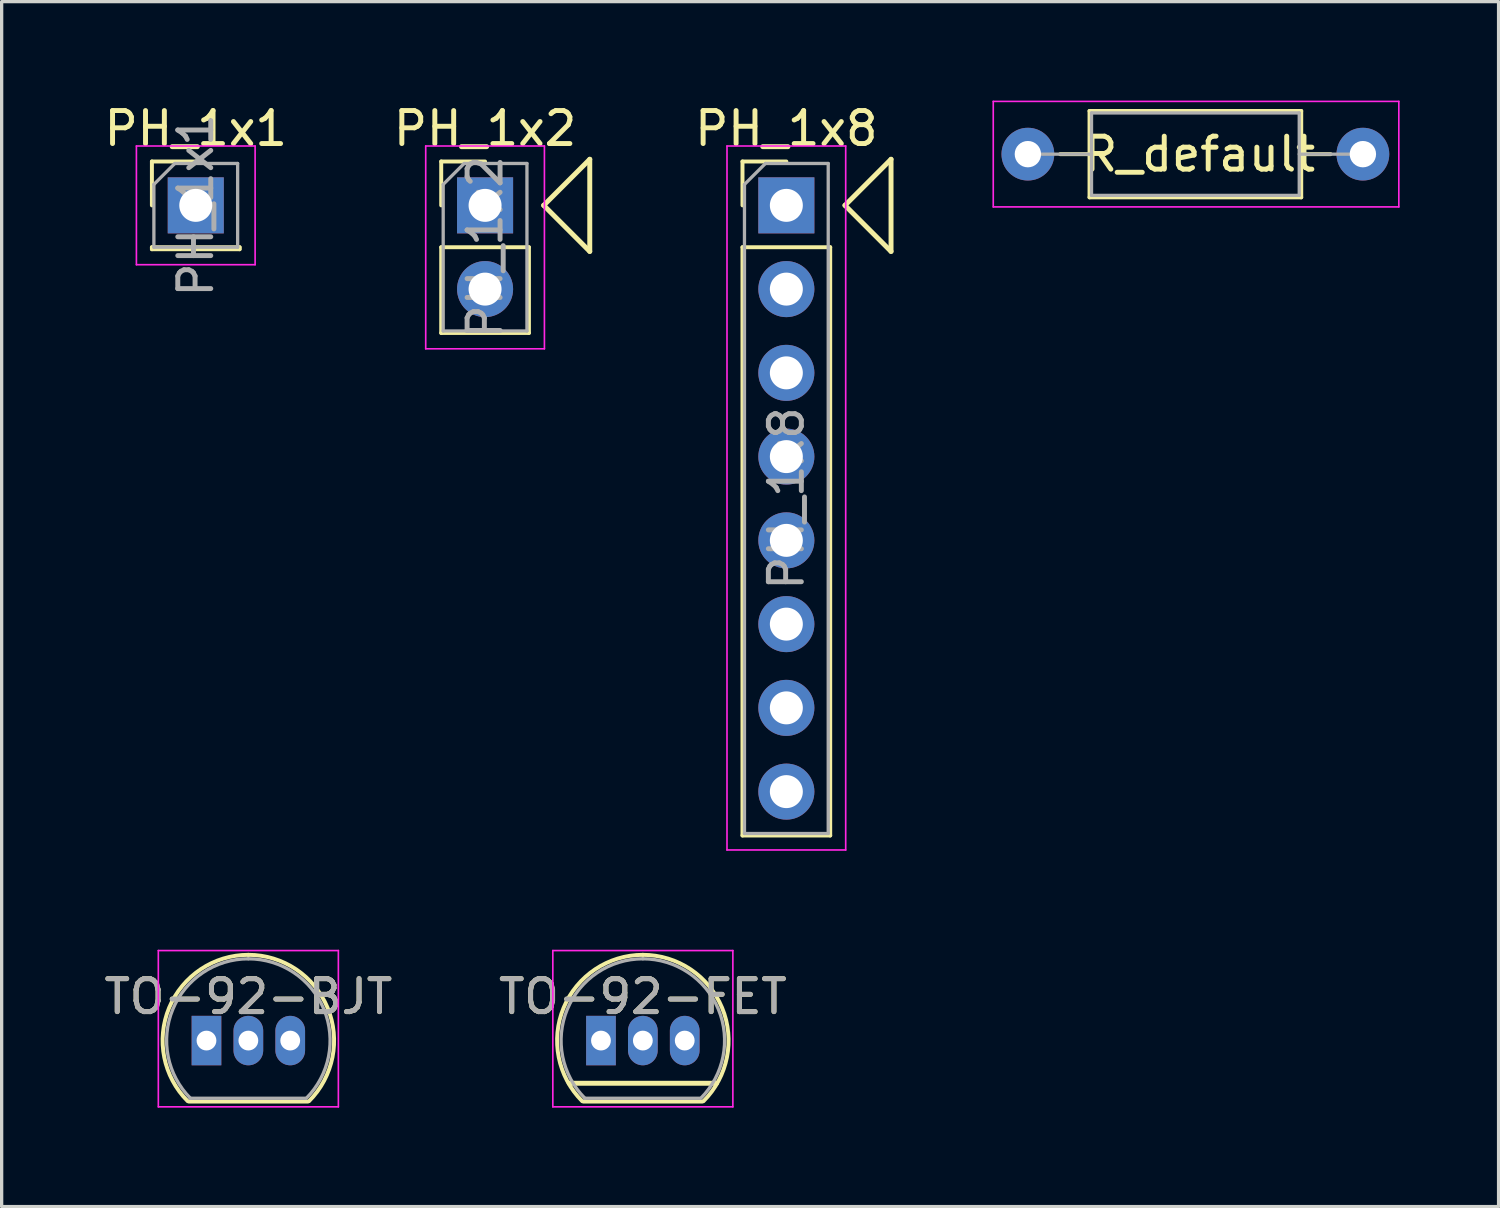
<source format=kicad_pcb>
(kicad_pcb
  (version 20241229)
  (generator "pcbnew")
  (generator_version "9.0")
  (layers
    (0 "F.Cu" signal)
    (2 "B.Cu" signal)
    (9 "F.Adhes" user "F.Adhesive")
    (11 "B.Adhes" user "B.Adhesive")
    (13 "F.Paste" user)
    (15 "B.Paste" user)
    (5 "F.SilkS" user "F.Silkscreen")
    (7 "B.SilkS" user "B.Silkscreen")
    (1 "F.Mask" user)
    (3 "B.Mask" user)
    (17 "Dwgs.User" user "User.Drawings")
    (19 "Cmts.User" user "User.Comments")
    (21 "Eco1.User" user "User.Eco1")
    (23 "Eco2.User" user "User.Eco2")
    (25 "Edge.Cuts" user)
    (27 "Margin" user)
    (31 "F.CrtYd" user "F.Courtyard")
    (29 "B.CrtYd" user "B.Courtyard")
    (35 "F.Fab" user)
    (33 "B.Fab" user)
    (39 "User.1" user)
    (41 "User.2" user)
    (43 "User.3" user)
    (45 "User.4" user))
  (footprint "PH_1x8"
    (layer "F.Cu")
    (at 20.798 3.178)
    (property "Reference" "PH_1x8" (at 0 -2.33 0) (layer "F.SilkS") (effects (font (size 1 1) (thickness 0.15))))
    (attr through_hole)
    (fp_line (start -1.33 -1.33) (end 0 -1.33) (stroke (width 0.12) (type solid)) (layer "F.SilkS"))
    (fp_line (start -1.33 0) (end -1.33 -1.33) (stroke (width 0.12) (type solid)) (layer "F.SilkS"))
    (fp_line (start -1.33 1.27) (end -1.33 19.11) (stroke (width 0.12) (type solid)) (layer "F.SilkS"))
    (fp_line (start -1.33 1.27) (end 1.33 1.27) (stroke (width 0.12) (type solid)) (layer "F.SilkS"))
    (fp_line (start -1.33 19.11) (end 1.33 19.11) (stroke (width 0.12) (type solid)) (layer "F.SilkS"))
    (fp_line (start 1.33 1.27) (end 1.33 19.11) (stroke (width 0.12) (type solid)) (layer "F.SilkS"))
    (fp_line (start 1.778 0) (end 3.175 -1.397) (stroke (width 0.15) (type solid)) (layer "F.SilkS"))
    (fp_line (start 1.778 0) (end 3.175 1.397) (stroke (width 0.15) (type solid)) (layer "F.SilkS"))
    (fp_line (start 3.175 1.397) (end 3.175 -1.397) (stroke (width 0.15) (type solid)) (layer "F.SilkS"))
    (fp_line (start -1.8 -1.8) (end -1.8 19.55) (stroke (width 0.05) (type solid)) (layer "F.CrtYd"))
    (fp_line (start -1.8 19.55) (end 1.8 19.55) (stroke (width 0.05) (type solid)) (layer "F.CrtYd"))
    (fp_line (start 1.8 -1.8) (end -1.8 -1.8) (stroke (width 0.05) (type solid)) (layer "F.CrtYd"))
    (fp_line (start 1.8 19.55) (end 1.8 -1.8) (stroke (width 0.05) (type solid)) (layer "F.CrtYd"))
    (fp_line (start -1.27 -0.635) (end -0.635 -1.27) (stroke (width 0.1) (type solid)) (layer "F.Fab"))
    (fp_line (start -1.27 19.05) (end -1.27 -0.635) (stroke (width 0.1) (type solid)) (layer "F.Fab"))
    (fp_line (start -0.635 -1.27) (end 1.27 -1.27) (stroke (width 0.1) (type solid)) (layer "F.Fab"))
    (fp_line (start 1.27 -1.27) (end 1.27 19.05) (stroke (width 0.1) (type solid)) (layer "F.Fab"))
    (fp_line (start 1.27 19.05) (end -1.27 19.05) (stroke (width 0.1) (type solid)) (layer "F.Fab"))
    (fp_text user "${REFERENCE}" (at 0 8.89 90) (layer "F.Fab") (effects (font (size 1 1) (thickness 0.15))))
    (pad "1" thru_hole rect (at 0 0) (size 1.7 1.7) (drill 1) (layers "*.Cu" "*.Mask"))
    (pad "2" thru_hole oval (at 0 2.54) (size 1.7 1.7) (drill 1) (layers "*.Cu" "*.Mask"))
    (pad "3" thru_hole oval (at 0 5.08) (size 1.7 1.7) (drill 1) (layers "*.Cu" "*.Mask"))
    (pad "4" thru_hole oval (at 0 7.62) (size 1.7 1.7) (drill 1) (layers "*.Cu" "*.Mask"))
    (pad "5" thru_hole oval (at 0 10.16) (size 1.7 1.7) (drill 1) (layers "*.Cu" "*.Mask"))
    (pad "6" thru_hole oval (at 0 12.7) (size 1.7 1.7) (drill 1) (layers "*.Cu" "*.Mask"))
    (pad "7" thru_hole oval (at 0 15.24) (size 1.7 1.7) (drill 1) (layers "*.Cu" "*.Mask"))
    (pad "8" thru_hole oval (at 0 17.78) (size 1.7 1.7) (drill 1) (layers "*.Cu" "*.Mask")))
  (footprint "TO-92-FET"
    (layer "F.Cu")
    (at 15.176 28.508)
    (property "Reference" "TO-92-FET" (at 1.27 -1.333 0) (layer "F.SilkS") (effects (font (size 1 1) (thickness 0.15))))
    (attr through_hole)
    (fp_line (start -0.965 1.295) (end 3.505 1.295) (stroke (width 0.15) (type solid)) (layer "F.SilkS"))
    (fp_line (start -0.53 1.85) (end 3.07 1.85) (stroke (width 0.12) (type solid)) (layer "F.SilkS"))
    (fp_arc (start -0.568478 1.838478) (mid -1.132087 -0.994977) (end 1.27 -2.6) (stroke (width 0.12) (type solid)) (layer "F.SilkS"))
    (fp_arc (start 1.27 -2.6) (mid 3.672087 -0.994977) (end 3.108478 1.838478) (stroke (width 0.12) (type solid)) (layer "F.SilkS"))
    (fp_line (start -1.46 -2.73) (end -1.46 2.01) (stroke (width 0.05) (type solid)) (layer "F.CrtYd"))
    (fp_line (start -1.46 -2.73) (end 4 -2.73) (stroke (width 0.05) (type solid)) (layer "F.CrtYd"))
    (fp_line (start 4 2.01) (end -1.46 2.01) (stroke (width 0.05) (type solid)) (layer "F.CrtYd"))
    (fp_line (start 4 2.01) (end 4 -2.73) (stroke (width 0.05) (type solid)) (layer "F.CrtYd"))
    (fp_line (start -0.5 1.75) (end 3 1.75) (stroke (width 0.1) (type solid)) (layer "F.Fab"))
    (fp_arc (start -0.483625 1.753625) (mid -1.021221 -0.949055) (end 1.27 -2.48) (stroke (width 0.1) (type solid)) (layer "F.Fab"))
    (fp_arc (start 1.27 -2.48) (mid 3.561221 -0.949055) (end 3.023625 1.753625) (stroke (width 0.1) (type solid)) (layer "F.Fab"))
    (fp_text user "${REFERENCE}" (at 1.27 -1.333 0) (layer "F.Fab") (effects (font (size 1 1) (thickness 0.15))))
    (pad "1" thru_hole rect (at 0 0 180) (size 0.9 1.5) (drill 0.6) (layers "*.Cu" "*.Mask"))
    (pad "2" thru_hole oval (at 1.27 0 180) (size 0.9 1.5) (drill 0.6) (layers "*.Cu" "*.Mask"))
    (pad "3" thru_hole oval (at 2.54 0 180) (size 0.9 1.5) (drill 0.6) (layers "*.Cu" "*.Mask")))
  (footprint "R_default"
    (layer "F.Cu")
    (at 28.123 1.625)
    (property "Reference" "R_default" (at 5.207 0 0) (layer "F.SilkS") (effects (font (size 1 1) (thickness 0.15))))
    (attr through_hole)
    (fp_line (start 0.98 0) (end 1.87 0) (stroke (width 0.12) (type solid)) (layer "F.SilkS"))
    (fp_line (start 1.87 -1.31) (end 1.87 1.31) (stroke (width 0.12) (type solid)) (layer "F.SilkS"))
    (fp_line (start 1.87 1.31) (end 8.29 1.31) (stroke (width 0.12) (type solid)) (layer "F.SilkS"))
    (fp_line (start 8.29 -1.31) (end 1.87 -1.31) (stroke (width 0.12) (type solid)) (layer "F.SilkS"))
    (fp_line (start 8.29 1.31) (end 8.29 -1.31) (stroke (width 0.12) (type solid)) (layer "F.SilkS"))
    (fp_line (start 9.18 0) (end 8.29 0) (stroke (width 0.12) (type solid)) (layer "F.SilkS"))
    (fp_line (start -1.05 -1.6) (end -1.05 1.6) (stroke (width 0.05) (type solid)) (layer "F.CrtYd"))
    (fp_line (start -1.05 1.6) (end 11.25 1.6) (stroke (width 0.05) (type solid)) (layer "F.CrtYd"))
    (fp_line (start 11.25 -1.6) (end -1.05 -1.6) (stroke (width 0.05) (type solid)) (layer "F.CrtYd"))
    (fp_line (start 11.25 1.6) (end 11.25 -1.6) (stroke (width 0.05) (type solid)) (layer "F.CrtYd"))
    (fp_line (start 0 0) (end 1.93 0) (stroke (width 0.1) (type solid)) (layer "F.Fab"))
    (fp_line (start 1.93 -1.25) (end 1.93 1.25) (stroke (width 0.1) (type solid)) (layer "F.Fab"))
    (fp_line (start 1.93 1.25) (end 8.23 1.25) (stroke (width 0.1) (type solid)) (layer "F.Fab"))
    (fp_line (start 8.23 -1.25) (end 1.93 -1.25) (stroke (width 0.1) (type solid)) (layer "F.Fab"))
    (fp_line (start 8.23 1.25) (end 8.23 -1.25) (stroke (width 0.1) (type solid)) (layer "F.Fab"))
    (fp_line (start 10.16 0) (end 8.23 0) (stroke (width 0.1) (type solid)) (layer "F.Fab"))
    (pad "1" thru_hole circle (at 0 0) (size 1.6 1.6) (drill 0.8) (layers "*.Cu" "*.Mask"))
    (pad "2" thru_hole oval (at 10.16 0) (size 1.6 1.6) (drill 0.8) (layers "*.Cu" "*.Mask")))
  (footprint "PH_1x2"
    (layer "F.Cu")
    (at 11.661 3.178)
    (property "Reference" "PH_1x2" (at 0 -2.33 0) (layer "F.SilkS") (effects (font (size 1 1) (thickness 0.15))))
    (attr through_hole)
    (fp_line (start -1.33 -1.33) (end 0 -1.33) (stroke (width 0.12) (type solid)) (layer "F.SilkS"))
    (fp_line (start -1.33 0) (end -1.33 -1.33) (stroke (width 0.12) (type solid)) (layer "F.SilkS"))
    (fp_line (start -1.33 1.27) (end -1.33 3.87) (stroke (width 0.12) (type solid)) (layer "F.SilkS"))
    (fp_line (start -1.33 1.27) (end 1.33 1.27) (stroke (width 0.12) (type solid)) (layer "F.SilkS"))
    (fp_line (start -1.33 3.87) (end 1.33 3.87) (stroke (width 0.12) (type solid)) (layer "F.SilkS"))
    (fp_line (start 1.33 1.27) (end 1.33 3.87) (stroke (width 0.12) (type solid)) (layer "F.SilkS"))
    (fp_line (start 1.778 0) (end 3.175 -1.397) (stroke (width 0.15) (type solid)) (layer "F.SilkS"))
    (fp_line (start 3.175 -1.397) (end 3.175 1.397) (stroke (width 0.15) (type solid)) (layer "F.SilkS"))
    (fp_line (start 3.175 1.397) (end 1.778 0) (stroke (width 0.15) (type solid)) (layer "F.SilkS"))
    (fp_line (start -1.8 -1.8) (end -1.8 4.35) (stroke (width 0.05) (type solid)) (layer "F.CrtYd"))
    (fp_line (start -1.8 4.35) (end 1.8 4.35) (stroke (width 0.05) (type solid)) (layer "F.CrtYd"))
    (fp_line (start 1.8 -1.8) (end -1.8 -1.8) (stroke (width 0.05) (type solid)) (layer "F.CrtYd"))
    (fp_line (start 1.8 4.35) (end 1.8 -1.8) (stroke (width 0.05) (type solid)) (layer "F.CrtYd"))
    (fp_line (start -1.27 -0.635) (end -0.635 -1.27) (stroke (width 0.1) (type solid)) (layer "F.Fab"))
    (fp_line (start -1.27 3.81) (end -1.27 -0.635) (stroke (width 0.1) (type solid)) (layer "F.Fab"))
    (fp_line (start -0.635 -1.27) (end 1.27 -1.27) (stroke (width 0.1) (type solid)) (layer "F.Fab"))
    (fp_line (start 1.27 -1.27) (end 1.27 3.81) (stroke (width 0.1) (type solid)) (layer "F.Fab"))
    (fp_line (start 1.27 3.81) (end -1.27 3.81) (stroke (width 0.1) (type solid)) (layer "F.Fab"))
    (fp_text user "${REFERENCE}" (at 0 1.27 90) (layer "F.Fab") (effects (font (size 1 1) (thickness 0.15))))
    (pad "1" thru_hole rect (at 0 0) (size 1.7 1.7) (drill 1) (layers "*.Cu" "*.Mask"))
    (pad "2" thru_hole oval (at 0 2.54) (size 1.7 1.7) (drill 1) (layers "*.Cu" "*.Mask")))
  (footprint "PH_1x1"
    (layer "F.Cu")
    (at 2.887 3.178)
    (property "Reference" "PH_1x1" (at 0 -2.33 0) (layer "F.SilkS") (effects (font (size 1 1) (thickness 0.15))))
    (attr through_hole)
    (fp_line (start -1.33 -1.33) (end 0 -1.33) (stroke (width 0.12) (type solid)) (layer "F.SilkS"))
    (fp_line (start -1.33 0) (end -1.33 -1.33) (stroke (width 0.12) (type solid)) (layer "F.SilkS"))
    (fp_line (start -1.33 1.27) (end -1.33 1.33) (stroke (width 0.12) (type solid)) (layer "F.SilkS"))
    (fp_line (start -1.33 1.27) (end 1.33 1.27) (stroke (width 0.12) (type solid)) (layer "F.SilkS"))
    (fp_line (start -1.33 1.33) (end 1.33 1.33) (stroke (width 0.12) (type solid)) (layer "F.SilkS"))
    (fp_line (start 1.33 1.27) (end 1.33 1.33) (stroke (width 0.12) (type solid)) (layer "F.SilkS"))
    (fp_line (start -1.8 -1.8) (end -1.8 1.8) (stroke (width 0.05) (type solid)) (layer "F.CrtYd"))
    (fp_line (start -1.8 1.8) (end 1.8 1.8) (stroke (width 0.05) (type solid)) (layer "F.CrtYd"))
    (fp_line (start 1.8 -1.8) (end -1.8 -1.8) (stroke (width 0.05) (type solid)) (layer "F.CrtYd"))
    (fp_line (start 1.8 1.8) (end 1.8 -1.8) (stroke (width 0.05) (type solid)) (layer "F.CrtYd"))
    (fp_line (start -1.27 -0.635) (end -0.635 -1.27) (stroke (width 0.1) (type solid)) (layer "F.Fab"))
    (fp_line (start -1.27 1.27) (end -1.27 -0.635) (stroke (width 0.1) (type solid)) (layer "F.Fab"))
    (fp_line (start -0.635 -1.27) (end 1.27 -1.27) (stroke (width 0.1) (type solid)) (layer "F.Fab"))
    (fp_line (start 1.27 -1.27) (end 1.27 1.27) (stroke (width 0.1) (type solid)) (layer "F.Fab"))
    (fp_line (start 1.27 1.27) (end -1.27 1.27) (stroke (width 0.1) (type solid)) (layer "F.Fab"))
    (fp_text user "${REFERENCE}" (at 0 0 90) (layer "F.Fab") (effects (font (size 1 1) (thickness 0.15))))
    (pad "1" thru_hole rect (at 0 0) (size 1.7 1.7) (drill 1) (layers "*.Cu" "*.Mask")))
  (footprint "TO-92-BJT"
    (layer "F.Cu")
    (at 3.212 28.508)
    (property "Reference" "TO-92-BJT" (at 1.27 -1.333 0) (layer "F.SilkS") (effects (font (size 1 1) (thickness 0.15))))
    (attr through_hole)
    (fp_line (start -0.53 1.85) (end 3.07 1.85) (stroke (width 0.12) (type solid)) (layer "F.SilkS"))
    (fp_arc (start -0.568478 1.838478) (mid -1.132087 -0.994977) (end 1.27 -2.6) (stroke (width 0.12) (type solid)) (layer "F.SilkS"))
    (fp_arc (start 1.27 -2.6) (mid 3.672087 -0.994977) (end 3.108478 1.838478) (stroke (width 0.12) (type solid)) (layer "F.SilkS"))
    (fp_line (start -1.46 -2.73) (end -1.46 2.01) (stroke (width 0.05) (type solid)) (layer "F.CrtYd"))
    (fp_line (start -1.46 -2.73) (end 4 -2.73) (stroke (width 0.05) (type solid)) (layer "F.CrtYd"))
    (fp_line (start 4 2.01) (end -1.46 2.01) (stroke (width 0.05) (type solid)) (layer "F.CrtYd"))
    (fp_line (start 4 2.01) (end 4 -2.73) (stroke (width 0.05) (type solid)) (layer "F.CrtYd"))
    (fp_line (start -0.5 1.75) (end 3 1.75) (stroke (width 0.1) (type solid)) (layer "F.Fab"))
    (fp_arc (start -0.483625 1.753625) (mid -1.021221 -0.949055) (end 1.27 -2.48) (stroke (width 0.1) (type solid)) (layer "F.Fab"))
    (fp_arc (start 1.27 -2.48) (mid 3.561221 -0.949055) (end 3.023625 1.753625) (stroke (width 0.1) (type solid)) (layer "F.Fab"))
    (fp_text user "${REFERENCE}" (at 1.27 -1.333 0) (layer "F.Fab") (effects (font (size 1 1) (thickness 0.15))))
    (pad "1" thru_hole rect (at 0 0 180) (size 0.9 1.5) (drill 0.6) (layers "*.Cu" "*.Mask"))
    (pad "2" thru_hole oval (at 1.27 0 180) (size 0.9 1.5) (drill 0.6) (layers "*.Cu" "*.Mask"))
    (pad "3" thru_hole oval (at 2.54 0 180) (size 0.9 1.5) (drill 0.6) (layers "*.Cu" "*.Mask")))
  (gr_rect
    (start -3 -3)
    (end 42.398 33.543)
    (stroke (width 0.1) (type default))
    (fill no)
    (layer "Edge.Cuts")))
</source>
